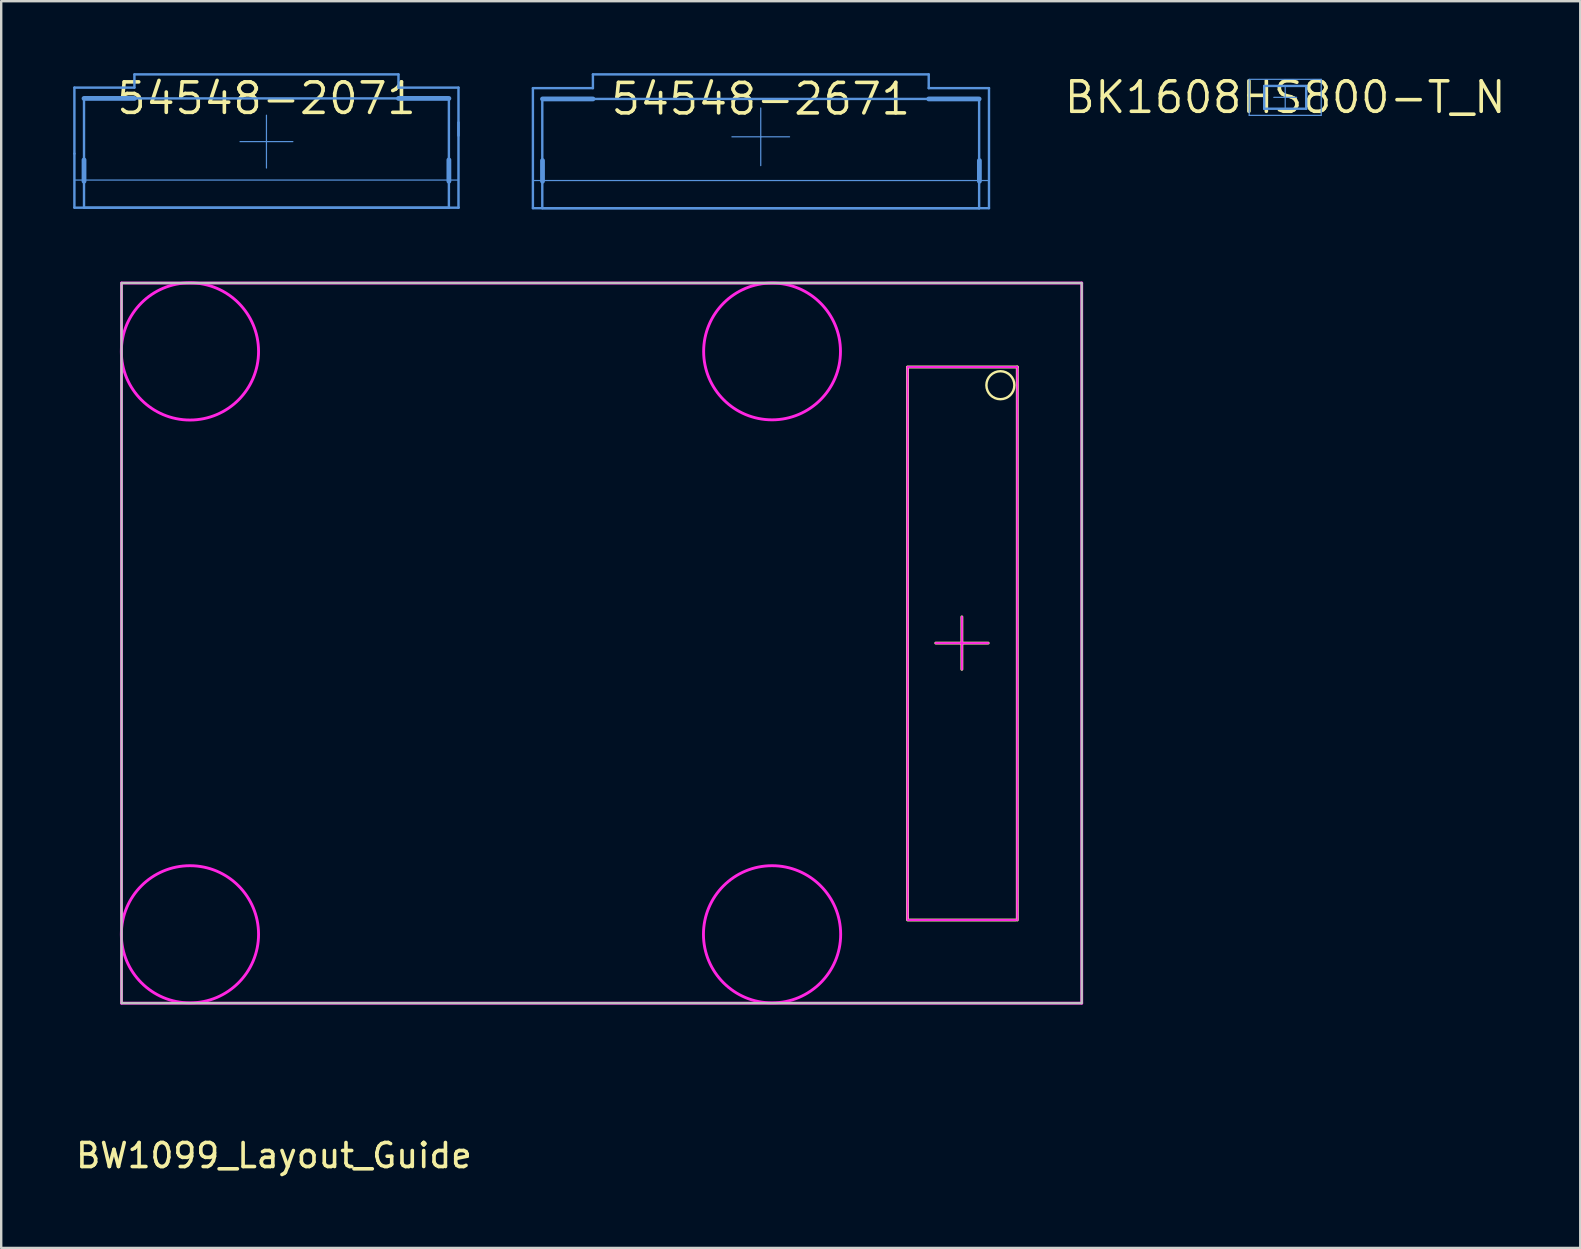
<source format=kicad_pcb>
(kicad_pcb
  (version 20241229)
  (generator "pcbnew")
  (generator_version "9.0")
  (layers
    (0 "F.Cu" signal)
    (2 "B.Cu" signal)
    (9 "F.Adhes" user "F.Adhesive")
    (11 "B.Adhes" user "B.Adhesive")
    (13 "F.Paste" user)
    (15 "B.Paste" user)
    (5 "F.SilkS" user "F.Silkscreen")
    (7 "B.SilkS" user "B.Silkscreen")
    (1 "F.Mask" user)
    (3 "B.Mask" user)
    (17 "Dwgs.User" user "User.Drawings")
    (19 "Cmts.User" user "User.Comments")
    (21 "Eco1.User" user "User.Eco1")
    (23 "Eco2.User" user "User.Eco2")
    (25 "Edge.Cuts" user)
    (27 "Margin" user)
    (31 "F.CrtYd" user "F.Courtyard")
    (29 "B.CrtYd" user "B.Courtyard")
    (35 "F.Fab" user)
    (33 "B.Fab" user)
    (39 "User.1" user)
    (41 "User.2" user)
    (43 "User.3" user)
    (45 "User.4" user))
  (footprint "BK1608HS800-T_N"
    (layer "F.Cu")
    (at 50.49 1.006)
    (property "Reference" "BK1608HS800-T_N" (at 0 0 0) (layer "F.SilkS") (effects (font (size 1.27 1.27) (thickness 0.15))))
    (attr through_hole)
    (fp_line (start -1.5 -0.75) (end 1.5 -0.75) (stroke (width 0.05) (type solid)) (layer "Cmts.User"))
    (fp_line (start -1.5 0.75) (end -1.5 -0.75) (stroke (width 0.05) (type solid)) (layer "Cmts.User"))
    (fp_line (start -1.5 0.75) (end 1.5 0.75) (stroke (width 0.05) (type solid)) (layer "Cmts.User"))
    (fp_line (start -0.875 -0.475) (end 0.875 -0.475) (stroke (width 0.1) (type solid)) (layer "Cmts.User"))
    (fp_line (start -0.875 0.475) (end -0.875 -0.475) (stroke (width 0.1) (type solid)) (layer "Cmts.User"))
    (fp_line (start -0.875 0.475) (end 0.875 0.475) (stroke (width 0.1) (type solid)) (layer "Cmts.User"))
    (fp_line (start -0.475 0) (end 0.475 0) (stroke (width 0.05) (type solid)) (layer "Cmts.User"))
    (fp_line (start 0 0.475) (end 0 -0.475) (stroke (width 0.05) (type solid)) (layer "Cmts.User"))
    (fp_line (start 0.875 0.475) (end 0.875 -0.475) (stroke (width 0.1) (type solid)) (layer "Cmts.User"))
    (fp_line (start 1.5 0.75) (end 1.5 -0.75) (stroke (width 0.05) (type solid)) (layer "Cmts.User")))
  (footprint "54548-2671"
    (layer "F.Cu")
    (at 28.641 1.072)
    (property "Reference" "54548-2671" (at 0 0 0) (layer "F.SilkS") (effects (font (size 1.27 1.27) (thickness 0.15))))
    (attr through_hole)
    (fp_line (start -9.491 -0.45) (end -6.991 -0.45) (stroke (width 0.05) (type solid)) (layer "Cmts.User"))
    (fp_line (start -9.491 -0.45) (end -6.991 -0.45) (stroke (width 0.1) (type solid)) (layer "Cmts.User"))
    (fp_line (start -9.491 3.4) (end 9.509 3.4) (stroke (width 0.05) (type solid)) (layer "Cmts.User"))
    (fp_line (start -9.491 4.34) (end -9.491 -0.45) (stroke (width 0.05) (type solid)) (layer "Cmts.User"))
    (fp_line (start -9.491 4.55) (end -9.491 -0.45) (stroke (width 0.1) (type solid)) (layer "Cmts.User"))
    (fp_line (start -9.491 4.55) (end -9.491 4.34) (stroke (width 0.05) (type solid)) (layer "Cmts.User"))
    (fp_line (start -9.491 4.55) (end -9.1 4.55) (stroke (width 0.05) (type solid)) (layer "Cmts.User"))
    (fp_line (start -9.491 4.55) (end 9.509 4.55) (stroke (width 0.1) (type solid)) (layer "Cmts.User"))
    (fp_line (start -9.1 0) (end -9.092 0) (stroke (width 0.1) (type solid)) (layer "Cmts.User"))
    (fp_line (start -9.1 4.55) (end -9.1 0) (stroke (width 0.1) (type solid)) (layer "Cmts.User"))
    (fp_line (start -9.1 4.55) (end 9.1 4.55) (stroke (width 0.1) (type solid)) (layer "Cmts.User"))
    (fp_line (start -9.1 4.55) (end 9.509 4.55) (stroke (width 0.05) (type solid)) (layer "Cmts.User"))
    (fp_line (start -9.092 0) (end 9.098 0) (stroke (width 0.1) (type solid)) (layer "Cmts.User"))
    (fp_line (start -9.091 0) (end -6.991 0) (stroke (width 0.2) (type solid)) (layer "Cmts.User"))
    (fp_line (start -9.091 3.428) (end -9.091 2.568) (stroke (width 0.2) (type solid)) (layer "Cmts.User"))
    (fp_line (start -6.991 -1.022) (end 6.998 -1.022) (stroke (width 0.05) (type solid)) (layer "Cmts.User"))
    (fp_line (start -6.991 -1.022) (end 6.998 -1.022) (stroke (width 0.1) (type solid)) (layer "Cmts.User"))
    (fp_line (start -6.991 -0.45) (end -6.991 -1.022) (stroke (width 0.05) (type solid)) (layer "Cmts.User"))
    (fp_line (start -6.991 -0.45) (end -6.991 -1.022) (stroke (width 0.1) (type solid)) (layer "Cmts.User"))
    (fp_line (start -1.2 1.578) (end 0.0004 1.578) (stroke (width 0.05) (type solid)) (layer "Cmts.User"))
    (fp_line (start 0.0004 1.578) (end 0.0004 0.378) (stroke (width 0.05) (type solid)) (layer "Cmts.User"))
    (fp_line (start 0.0004 1.578) (end 1.2 1.578) (stroke (width 0.05) (type solid)) (layer "Cmts.User"))
    (fp_line (start 0.0004 2.778) (end 0.0004 1.578) (stroke (width 0.05) (type solid)) (layer "Cmts.User"))
    (fp_line (start 6.998 -0.45) (end 6.998 -1.022) (stroke (width 0.05) (type solid)) (layer "Cmts.User"))
    (fp_line (start 6.998 -0.45) (end 6.998 -1.022) (stroke (width 0.1) (type solid)) (layer "Cmts.User"))
    (fp_line (start 6.998 -0.45) (end 9.509 -0.45) (stroke (width 0.05) (type solid)) (layer "Cmts.User"))
    (fp_line (start 6.998 -0.45) (end 9.509 -0.45) (stroke (width 0.1) (type solid)) (layer "Cmts.User"))
    (fp_line (start 6.998 0) (end 9.098 0) (stroke (width 0.2) (type solid)) (layer "Cmts.User"))
    (fp_line (start 9.098 4.55) (end 9.098 0) (stroke (width 0.1) (type solid)) (layer "Cmts.User"))
    (fp_line (start 9.098 4.55) (end 9.1 4.55) (stroke (width 0.1) (type solid)) (layer "Cmts.User"))
    (fp_line (start 9.109 3.428) (end 9.109 2.568) (stroke (width 0.2) (type solid)) (layer "Cmts.User"))
    (fp_line (start 9.509 4.55) (end 9.509 -0.45) (stroke (width 0.05) (type solid)) (layer "Cmts.User"))
    (fp_line (start 9.509 4.55) (end 9.509 -0.45) (stroke (width 0.1) (type solid)) (layer "Cmts.User")))
  (footprint "54548-2071"
    (layer "F.Cu")
    (at 8.05 1.05)
    (property "Reference" "54548-2071" (at 0 0 0) (layer "F.SilkS") (effects (font (size 1.27 1.27) (thickness 0.15))))
    (attr through_hole)
    (fp_line (start -8 -0.45) (end -5.5 -0.45) (stroke (width 0.05) (type solid)) (layer "Cmts.User"))
    (fp_line (start -8 -0.45) (end -5.5 -0.45) (stroke (width 0.1) (type solid)) (layer "Cmts.User"))
    (fp_line (start -8 2.3) (end -8 -0.45) (stroke (width 0.05) (type solid)) (layer "Cmts.User"))
    (fp_line (start -8 2.3) (end -8 -0.45) (stroke (width 0.1) (type solid)) (layer "Cmts.User"))
    (fp_line (start -8 3.4) (end 8 3.4) (stroke (width 0.05) (type solid)) (layer "Cmts.User"))
    (fp_line (start -8 4.55) (end -8 2.3) (stroke (width 0.05) (type solid)) (layer "Cmts.User"))
    (fp_line (start -8 4.55) (end -8 2.3) (stroke (width 0.1) (type solid)) (layer "Cmts.User"))
    (fp_line (start -8 4.55) (end 8 4.55) (stroke (width 0.05) (type solid)) (layer "Cmts.User"))
    (fp_line (start -8 4.55) (end 8 4.55) (stroke (width 0.1) (type solid)) (layer "Cmts.User"))
    (fp_line (start -7.6 0) (end -5.5 0) (stroke (width 0.2) (type solid)) (layer "Cmts.User"))
    (fp_line (start -7.6 0) (end 7.6 0) (stroke (width 0.1) (type solid)) (layer "Cmts.User"))
    (fp_line (start -7.6 3.45) (end -7.6 2.562) (stroke (width 0.2) (type solid)) (layer "Cmts.User"))
    (fp_line (start -7.6 4.55) (end -7.6 0) (stroke (width 0.1) (type solid)) (layer "Cmts.User"))
    (fp_line (start -7.6 4.55) (end 7.6 4.55) (stroke (width 0.1) (type solid)) (layer "Cmts.User"))
    (fp_line (start -5.5 -1) (end 5.5 -1) (stroke (width 0.05) (type solid)) (layer "Cmts.User"))
    (fp_line (start -5.5 -1) (end 5.5 -1) (stroke (width 0.1) (type solid)) (layer "Cmts.User"))
    (fp_line (start -5.5 -0.45) (end -5.5 -1) (stroke (width 0.05) (type solid)) (layer "Cmts.User"))
    (fp_line (start -5.5 -0.45) (end -5.5 -1) (stroke (width 0.1) (type solid)) (layer "Cmts.User"))
    (fp_line (start -1.1 1.8) (end 0 1.8) (stroke (width 0.05) (type solid)) (layer "Cmts.User"))
    (fp_line (start 0 1.8) (end 0 0.7) (stroke (width 0.05) (type solid)) (layer "Cmts.User"))
    (fp_line (start 0 1.8) (end 1.1 1.8) (stroke (width 0.05) (type solid)) (layer "Cmts.User"))
    (fp_line (start 0 2.9) (end 0 1.8) (stroke (width 0.05) (type solid)) (layer "Cmts.User"))
    (fp_line (start 5.5 -0.45) (end 5.5 -1) (stroke (width 0.05) (type solid)) (layer "Cmts.User"))
    (fp_line (start 5.5 -0.45) (end 5.5 -1) (stroke (width 0.1) (type solid)) (layer "Cmts.User"))
    (fp_line (start 5.5 -0.45) (end 8 -0.45) (stroke (width 0.05) (type solid)) (layer "Cmts.User"))
    (fp_line (start 5.5 -0.45) (end 8 -0.45) (stroke (width 0.1) (type solid)) (layer "Cmts.User"))
    (fp_line (start 5.5 0) (end 7.6 0) (stroke (width 0.2) (type solid)) (layer "Cmts.User"))
    (fp_line (start 7.6 3.45) (end 7.6 2.562) (stroke (width 0.2) (type solid)) (layer "Cmts.User"))
    (fp_line (start 7.6 4.55) (end 7.6 0) (stroke (width 0.1) (type solid)) (layer "Cmts.User"))
    (fp_line (start 8 1.55) (end 8 -0.45) (stroke (width 0.05) (type solid)) (layer "Cmts.User"))
    (fp_line (start 8 1.55) (end 8 -0.45) (stroke (width 0.1) (type solid)) (layer "Cmts.User"))
    (fp_line (start 8 4.55) (end 8 1) (stroke (width 0.05) (type solid)) (layer "Cmts.User"))
    (fp_line (start 8 4.55) (end 8 1) (stroke (width 0.1) (type solid)) (layer "Cmts.User"))
    (fp_line (start 8 4.55) (end 8 4.55) (stroke (width 0.1) (type solid)) (layer "Cmts.User")))
  (footprint "BW1099_Layout_Guide"
    (layer "F.Cu")
    (at 22.013 23.74)
    (property "Reference" "BW1099_Layout_Guide" (at -13.65 21.35 0) (layer "F.SilkS") (effects (font (size 1 1) (thickness 0.15))))
    (attr through_hole)
    (fp_line (start 12.744 -11.489) (end 12.744 11.511) (stroke (width 0.12) (type solid)) (layer "F.SilkS"))
    (fp_line (start 12.75 11.537) (end 17.25 11.537) (stroke (width 0.12) (type solid)) (layer "F.SilkS"))
    (fp_line (start 15.007 -1.092) (end 15.007 1.092) (stroke (width 0.12) (type solid)) (layer "F.SilkS"))
    (fp_line (start 16.104 0) (end 13.919 0) (stroke (width 0.12) (type solid)) (layer "F.SilkS"))
    (fp_line (start 17.316 -11.501) (end 12.744 -11.501) (stroke (width 0.12) (type solid)) (layer "F.SilkS"))
    (fp_line (start 17.316 11.537) (end 17.316 -11.501) (stroke (width 0.12) (type solid)) (layer "F.SilkS"))
    (fp_circle (center 16.612 -10.743) (end 17.195 -10.743) (stroke (width 0.1) (type solid)) (fill no) (layer "F.SilkS"))
    (fp_poly (pts (xy 20 15) (xy -20 15) (xy -20 -15) (xy 20 -15)) (stroke (width 0.1) (type solid)) (fill no) (layer "Dwgs.User"))
    (fp_line (start -20 -15) (end -20 15) (stroke (width 0.12) (type solid)) (layer "F.CrtYd"))
    (fp_line (start -20 15) (end 20 15) (stroke (width 0.12) (type solid)) (layer "F.CrtYd"))
    (fp_line (start 12.744 -11.489) (end 12.744 11.511) (stroke (width 0.08) (type solid)) (layer "F.CrtYd"))
    (fp_line (start 12.75 11.537) (end 17.25 11.537) (stroke (width 0.08) (type solid)) (layer "F.CrtYd"))
    (fp_line (start 15.007 -1.092) (end 15.007 1.092) (stroke (width 0.08) (type solid)) (layer "F.CrtYd"))
    (fp_line (start 16.104 0) (end 13.919 0) (stroke (width 0.08) (type solid)) (layer "F.CrtYd"))
    (fp_line (start 17.316 -11.501) (end 12.744 -11.501) (stroke (width 0.08) (type solid)) (layer "F.CrtYd"))
    (fp_line (start 17.316 11.537) (end 17.316 -11.501) (stroke (width 0.08) (type solid)) (layer "F.CrtYd"))
    (fp_line (start 20 -15) (end -20 -15) (stroke (width 0.12) (type solid)) (layer "F.CrtYd"))
    (fp_line (start 20 15) (end 20 -15) (stroke (width 0.12) (type solid)) (layer "F.CrtYd"))
    (fp_circle (center -17.15 -12.15) (end -14.292 -12.15) (stroke (width 0.12) (type solid)) (fill no) (layer "F.CrtYd"))
    (fp_circle (center -17.15 12.132) (end -14.292 12.132) (stroke (width 0.12) (type solid)) (fill no) (layer "F.CrtYd"))
    (fp_circle (center 7.1 -12.15) (end 9.95 -12.15) (stroke (width 0.12) (type solid)) (fill no) (layer "F.CrtYd"))
    (fp_circle (center 7.1 12.132) (end 9.958 12.132) (stroke (width 0.12) (type solid)) (fill no) (layer "F.CrtYd")))
  (gr_rect
    (start -3 -3)
    (end 62.781 48.938)
    (stroke (width 0.1) (type default))
    (fill no)
    (layer "Edge.Cuts")))
</source>
